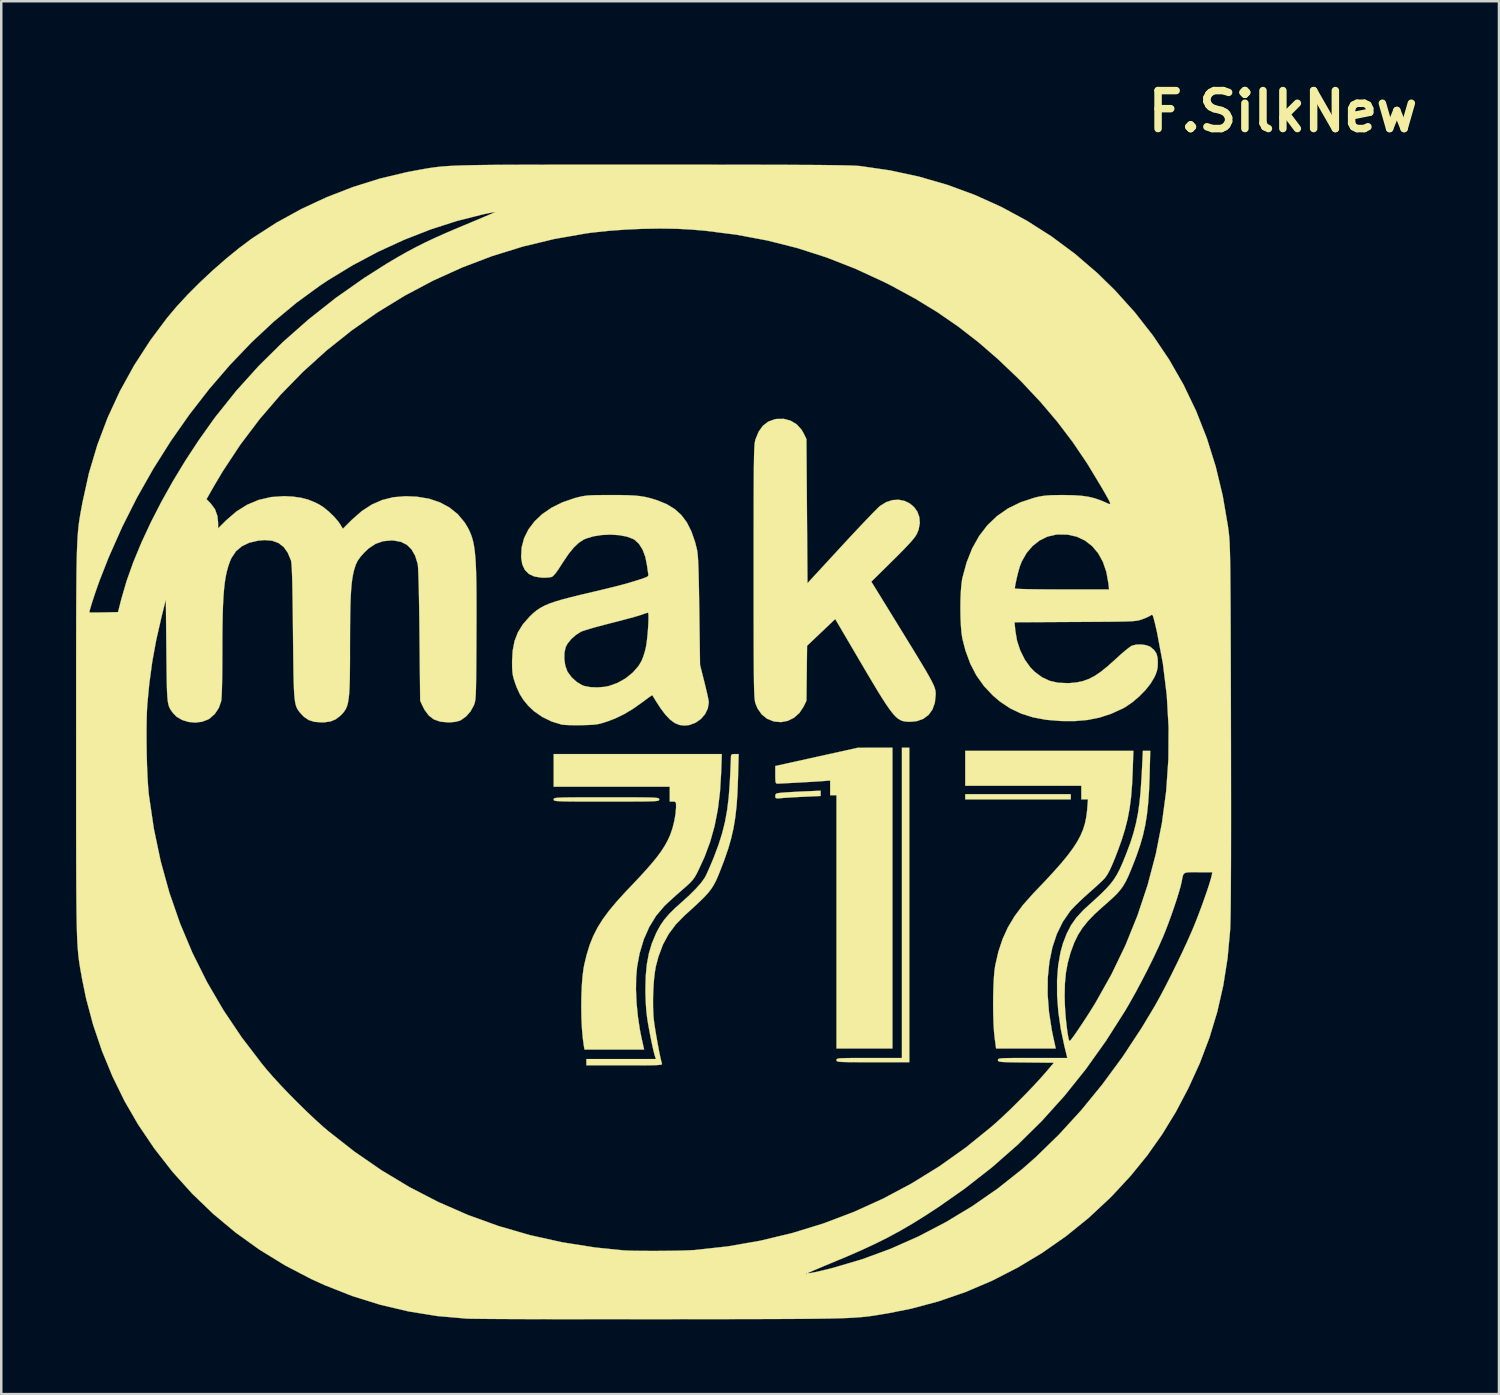
<source format=kicad_pcb>
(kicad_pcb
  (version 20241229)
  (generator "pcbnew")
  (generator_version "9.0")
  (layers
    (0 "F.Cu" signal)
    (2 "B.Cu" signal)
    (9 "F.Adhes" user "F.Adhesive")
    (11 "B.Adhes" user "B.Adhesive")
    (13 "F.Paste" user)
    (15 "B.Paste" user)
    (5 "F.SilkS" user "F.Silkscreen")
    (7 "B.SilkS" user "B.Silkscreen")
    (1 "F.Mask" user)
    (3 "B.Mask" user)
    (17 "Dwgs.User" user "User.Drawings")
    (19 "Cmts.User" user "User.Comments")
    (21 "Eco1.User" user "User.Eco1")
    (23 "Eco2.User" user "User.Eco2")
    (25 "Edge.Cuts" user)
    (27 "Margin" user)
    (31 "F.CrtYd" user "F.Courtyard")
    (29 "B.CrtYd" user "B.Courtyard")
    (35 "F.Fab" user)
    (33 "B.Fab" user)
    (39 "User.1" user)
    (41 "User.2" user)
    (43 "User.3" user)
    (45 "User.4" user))
  (footprint "F.SilkNew"
    (layer "F.Cu")
    (at 48.413 1.418)
    (property "Reference" "F.SilkNew" (at 0 0 0) (layer "F.SilkS") (effects (font (size 1.524 1.524) (thickness 0.3))))
    (attr through_hole)
    (fp_poly (pts (xy -8.509 27.601) (xy -12.742 27.601) (xy -12.742 27.39) (xy -8.509 27.39) (xy -8.509 27.601)) (stroke (width 0.01) (type solid)) (fill yes) (layer "F.SilkS"))
    (fp_poly (pts (xy -18.542 27.463) (xy -19.166 27.491) (xy -19.417 27.503) (xy -19.664 27.517) (xy -19.883 27.53) (xy -20.049 27.542) (xy -20.077 27.545) (xy -20.228 27.557) (xy -20.313 27.556) (xy -20.352 27.537) (xy -20.362 27.494) (xy -20.362 27.464) (xy -20.355 27.404) (xy -20.32 27.368) (xy -20.238 27.347) (xy -20.119 27.333) (xy -19.989 27.323) (xy -19.798 27.31) (xy -19.565 27.297) (xy -19.315 27.284) (xy -19.209 27.28) (xy -18.542 27.251) (xy -18.542 27.463)) (stroke (width 0.01) (type solid)) (fill yes) (layer "F.SilkS"))
    (fp_poly (pts (xy -14.986 38.142) (xy -16.447 38.142) (xy -16.836 38.142) (xy -17.15 38.141) (xy -17.395 38.14) (xy -17.581 38.136) (xy -17.715 38.131) (xy -17.806 38.123) (xy -17.863 38.112) (xy -17.893 38.098) (xy -17.905 38.08) (xy -17.907 38.058) (xy -17.905 38.034) (xy -17.891 38.015) (xy -17.859 38.001) (xy -17.798 37.99) (xy -17.7 37.982) (xy -17.557 37.978) (xy -17.359 37.975) (xy -17.097 37.973) (xy -16.764 37.973) (xy -16.595 37.973) (xy -15.282 37.973) (xy -15.282 25.527) (xy -14.986 25.527) (xy -14.986 38.142)) (stroke (width 0.01) (type solid)) (fill yes) (layer "F.SilkS"))
    (fp_poly (pts (xy -16.351 25.527) (xy -15.663 25.527) (xy -15.663 37.592) (xy -17.907 37.592) (xy -17.907 27.432) (xy -18.161 27.432) (xy -18.161 26.841) (xy -18.404 26.862) (xy -18.517 26.87) (xy -18.69 26.881) (xy -18.908 26.895) (xy -19.154 26.909) (xy -19.411 26.924) (xy -19.664 26.937) (xy -19.895 26.949) (xy -20.087 26.959) (xy -20.225 26.965) (xy -20.285 26.966) (xy -20.323 26.957) (xy -20.346 26.92) (xy -20.358 26.837) (xy -20.362 26.693) (xy -20.362 26.613) (xy -20.362 26.26) (xy -18.701 25.893) (xy -17.039 25.526) (xy -16.351 25.527)) (stroke (width 0.01) (type solid)) (fill yes) (layer "F.SilkS"))
    (fp_poly (pts (xy -26.658 27.517) (xy -26.259 27.517) (xy -25.93 27.518) (xy -25.665 27.52) (xy -25.457 27.523) (xy -25.3 27.527) (xy -25.185 27.534) (xy -25.107 27.542) (xy -25.058 27.552) (xy -25.032 27.565) (xy -25.021 27.581) (xy -25.019 27.6) (xy -25.019 27.601) (xy -25.021 27.62) (xy -25.031 27.636) (xy -25.055 27.65) (xy -25.102 27.66) (xy -25.177 27.668) (xy -25.289 27.675) (xy -25.442 27.679) (xy -25.646 27.682) (xy -25.906 27.684) (xy -26.229 27.685) (xy -26.622 27.686) (xy -27.093 27.686) (xy -27.136 27.686) (xy -27.613 27.686) (xy -28.013 27.686) (xy -28.341 27.685) (xy -28.606 27.683) (xy -28.814 27.68) (xy -28.972 27.675) (xy -29.086 27.669) (xy -29.164 27.661) (xy -29.213 27.651) (xy -29.239 27.638) (xy -29.25 27.622) (xy -29.252 27.603) (xy -29.252 27.601) (xy -29.251 27.582) (xy -29.241 27.566) (xy -29.216 27.553) (xy -29.169 27.543) (xy -29.094 27.534) (xy -28.983 27.528) (xy -28.829 27.523) (xy -28.625 27.52) (xy -28.366 27.518) (xy -28.042 27.517) (xy -27.649 27.517) (xy -27.178 27.517) (xy -27.136 27.517) (xy -26.658 27.517)) (stroke (width 0.01) (type solid)) (fill yes) (layer "F.SilkS"))
    (fp_poly (pts (xy -6.024 26.448) (xy -6.05 27.011) (xy -6.09 27.509) (xy -6.149 27.961) (xy -6.229 28.387) (xy -6.335 28.804) (xy -6.469 29.233) (xy -6.605 29.612) (xy -6.735 29.952) (xy -6.847 30.222) (xy -6.944 30.434) (xy -7.032 30.597) (xy -7.117 30.724) (xy -7.142 30.755) (xy -7.208 30.826) (xy -7.326 30.939) (xy -7.481 31.082) (xy -7.66 31.243) (xy -7.781 31.35) (xy -7.982 31.53) (xy -8.179 31.715) (xy -8.355 31.889) (xy -8.492 32.034) (xy -8.54 32.09) (xy -8.831 32.514) (xy -9.067 32.996) (xy -9.246 33.533) (xy -9.367 34.119) (xy -9.431 34.75) (xy -9.437 35.42) (xy -9.383 36.126) (xy -9.269 36.861) (xy -9.212 37.137) (xy -9.112 37.592) (xy -11.505 37.592) (xy -11.563 37.158) (xy -11.589 36.899) (xy -11.608 36.583) (xy -11.619 36.229) (xy -11.624 35.854) (xy -11.621 35.475) (xy -11.611 35.111) (xy -11.595 34.777) (xy -11.572 34.493) (xy -11.542 34.275) (xy -11.541 34.269) (xy -11.414 33.712) (xy -11.246 33.205) (xy -11.031 32.733) (xy -10.759 32.28) (xy -10.424 31.832) (xy -10.017 31.375) (xy -9.971 31.327) (xy -9.553 30.889) (xy -9.193 30.501) (xy -8.888 30.155) (xy -8.632 29.844) (xy -8.422 29.561) (xy -8.252 29.299) (xy -8.118 29.051) (xy -8.016 28.81) (xy -7.941 28.568) (xy -7.889 28.319) (xy -7.855 28.055) (xy -7.846 27.951) (xy -7.819 27.601) (xy -8.086 27.601) (xy -8.086 27.051) (xy -12.742 27.051) (xy -12.742 25.654) (xy -5.998 25.654) (xy -6.024 26.448)) (stroke (width 0.01) (type solid)) (fill yes) (layer "F.SilkS"))
    (fp_poly (pts (xy -22.534 26.532) (xy -22.581 27.303) (xy -22.668 28.011) (xy -22.798 28.671) (xy -22.974 29.298) (xy -23.199 29.905) (xy -23.453 30.457) (xy -23.533 30.613) (xy -23.606 30.736) (xy -23.686 30.843) (xy -23.787 30.952) (xy -23.925 31.08) (xy -24.109 31.24) (xy -24.302 31.409) (xy -24.496 31.583) (xy -24.67 31.743) (xy -24.803 31.87) (xy -24.817 31.884) (xy -25.143 32.268) (xy -25.418 32.716) (xy -25.64 33.222) (xy -25.807 33.783) (xy -25.905 34.31) (xy -25.944 34.744) (xy -25.951 35.235) (xy -25.928 35.761) (xy -25.875 36.302) (xy -25.795 36.837) (xy -25.722 37.2) (xy -25.624 37.634) (xy -28.015 37.634) (xy -28.04 37.497) (xy -28.085 37.172) (xy -28.118 36.792) (xy -28.139 36.374) (xy -28.146 35.937) (xy -28.141 35.501) (xy -28.124 35.082) (xy -28.095 34.701) (xy -28.053 34.376) (xy -28.027 34.239) (xy -27.926 33.82) (xy -27.809 33.439) (xy -27.667 33.085) (xy -27.496 32.747) (xy -27.286 32.411) (xy -27.031 32.065) (xy -26.725 31.699) (xy -26.36 31.298) (xy -26.222 31.154) (xy -25.866 30.778) (xy -25.565 30.451) (xy -25.315 30.165) (xy -25.108 29.911) (xy -24.938 29.68) (xy -24.8 29.466) (xy -24.685 29.258) (xy -24.589 29.05) (xy -24.568 28.998) (xy -24.483 28.747) (xy -24.412 28.459) (xy -24.363 28.171) (xy -24.342 27.918) (xy -24.342 27.894) (xy -24.345 27.77) (xy -24.362 27.709) (xy -24.408 27.688) (xy -24.469 27.686) (xy -24.596 27.686) (xy -24.596 27.093) (xy -29.252 27.093) (xy -29.252 25.781) (xy -22.508 25.781) (xy -22.534 26.532)) (stroke (width 0.01) (type solid)) (fill yes) (layer "F.SilkS"))
    (fp_poly (pts (xy -21.858 26.765) (xy -21.88 27.345) (xy -21.915 27.857) (xy -21.967 28.318) (xy -22.037 28.746) (xy -22.13 29.156) (xy -22.247 29.565) (xy -22.393 29.99) (xy -22.463 30.177) (xy -22.57 30.454) (xy -22.662 30.684) (xy -22.749 30.878) (xy -22.839 31.046) (xy -22.939 31.201) (xy -23.058 31.353) (xy -23.205 31.513) (xy -23.387 31.693) (xy -23.612 31.903) (xy -23.89 32.156) (xy -23.993 32.249) (xy -24.35 32.612) (xy -24.64 33) (xy -24.871 33.428) (xy -25.05 33.908) (xy -25.151 34.287) (xy -25.196 34.544) (xy -25.231 34.862) (xy -25.254 35.217) (xy -25.266 35.588) (xy -25.265 35.95) (xy -25.25 36.281) (xy -25.234 36.449) (xy -25.211 36.625) (xy -25.177 36.846) (xy -25.135 37.094) (xy -25.089 37.353) (xy -25.042 37.605) (xy -24.997 37.834) (xy -24.956 38.024) (xy -24.924 38.155) (xy -24.91 38.198) (xy -24.908 38.217) (xy -24.922 38.232) (xy -24.961 38.244) (xy -25.032 38.253) (xy -25.144 38.26) (xy -25.303 38.264) (xy -25.519 38.267) (xy -25.799 38.269) (xy -26.15 38.269) (xy -26.411 38.269) (xy -27.94 38.269) (xy -27.94 38.015) (xy -25.15 38.015) (xy -25.19 37.899) (xy -25.225 37.775) (xy -25.27 37.586) (xy -25.321 37.351) (xy -25.374 37.09) (xy -25.425 36.82) (xy -25.471 36.562) (xy -25.505 36.346) (xy -25.536 36.074) (xy -25.558 35.748) (xy -25.571 35.397) (xy -25.572 35.203) (xy -25.558 34.671) (xy -25.513 34.203) (xy -25.433 33.78) (xy -25.317 33.386) (xy -25.159 33.005) (xy -25.116 32.914) (xy -24.975 32.657) (xy -24.815 32.424) (xy -24.62 32.196) (xy -24.375 31.954) (xy -24.195 31.793) (xy -23.838 31.471) (xy -23.553 31.189) (xy -23.339 30.948) (xy -23.194 30.745) (xy -23.188 30.734) (xy -23.133 30.628) (xy -23.057 30.462) (xy -22.966 30.255) (xy -22.87 30.026) (xy -22.821 29.905) (xy -22.638 29.416) (xy -22.492 28.953) (xy -22.378 28.494) (xy -22.292 28.019) (xy -22.23 27.506) (xy -22.188 26.934) (xy -22.182 26.823) (xy -22.169 26.567) (xy -22.158 26.331) (xy -22.149 26.132) (xy -22.143 25.987) (xy -22.142 25.919) (xy -22.134 25.828) (xy -22.096 25.789) (xy -22.002 25.781) (xy -21.986 25.781) (xy -21.831 25.781) (xy -21.858 26.765)) (stroke (width 0.01) (type solid)) (fill yes) (layer "F.SilkS"))
    (fp_poly (pts (xy -19.744 12.409) (xy -19.506 12.553) (xy -19.314 12.762) (xy -19.235 12.898) (xy -19.113 13.145) (xy -19.092 16.036) (xy -19.071 18.927) (xy -17.716 17.457) (xy -17.436 17.154) (xy -17.166 16.865) (xy -16.914 16.597) (xy -16.686 16.358) (xy -16.49 16.153) (xy -16.331 15.992) (xy -16.217 15.879) (xy -16.159 15.827) (xy -15.91 15.673) (xy -15.658 15.593) (xy -15.411 15.579) (xy -15.179 15.626) (xy -14.971 15.725) (xy -14.797 15.871) (xy -14.664 16.057) (xy -14.584 16.275) (xy -14.564 16.519) (xy -14.614 16.781) (xy -14.676 16.933) (xy -14.725 17.02) (xy -14.799 17.123) (xy -14.904 17.248) (xy -15.046 17.404) (xy -15.232 17.598) (xy -15.469 17.837) (xy -15.649 18.016) (xy -16.51 18.865) (xy -15.404 20.661) (xy -15.112 21.137) (xy -14.86 21.546) (xy -14.648 21.895) (xy -14.47 22.189) (xy -14.324 22.435) (xy -14.207 22.638) (xy -14.116 22.804) (xy -14.047 22.938) (xy -13.997 23.048) (xy -13.963 23.138) (xy -13.943 23.215) (xy -13.932 23.284) (xy -13.928 23.351) (xy -13.928 23.398) (xy -13.961 23.721) (xy -14.058 23.993) (xy -14.214 24.211) (xy -14.425 24.368) (xy -14.687 24.461) (xy -14.943 24.485) (xy -15.059 24.483) (xy -15.163 24.474) (xy -15.26 24.452) (xy -15.354 24.414) (xy -15.448 24.353) (xy -15.547 24.265) (xy -15.655 24.145) (xy -15.776 23.988) (xy -15.914 23.789) (xy -16.074 23.542) (xy -16.259 23.243) (xy -16.474 22.886) (xy -16.722 22.468) (xy -17.008 21.982) (xy -17.057 21.898) (xy -17.958 20.364) (xy -18.522 20.9) (xy -19.087 21.436) (xy -19.1 22.54) (xy -19.113 23.643) (xy -19.232 23.885) (xy -19.397 24.134) (xy -19.611 24.324) (xy -19.861 24.448) (xy -20.135 24.5) (xy -20.42 24.473) (xy -20.426 24.471) (xy -20.689 24.366) (xy -20.907 24.191) (xy -21.074 23.954) (xy -21.158 23.749) (xy -21.169 23.709) (xy -21.178 23.661) (xy -21.187 23.599) (xy -21.195 23.519) (xy -21.201 23.416) (xy -21.207 23.286) (xy -21.212 23.125) (xy -21.217 22.926) (xy -21.22 22.687) (xy -21.223 22.402) (xy -21.225 22.066) (xy -21.227 21.674) (xy -21.228 21.224) (xy -21.229 20.708) (xy -21.23 20.124) (xy -21.23 19.465) (xy -21.23 18.729) (xy -21.23 18.457) (xy -21.23 17.694) (xy -21.23 17.012) (xy -21.229 16.404) (xy -21.229 15.867) (xy -21.228 15.396) (xy -21.226 14.986) (xy -21.224 14.633) (xy -21.222 14.332) (xy -21.218 14.078) (xy -21.215 13.866) (xy -21.21 13.692) (xy -21.205 13.551) (xy -21.198 13.439) (xy -21.191 13.351) (xy -21.183 13.281) (xy -21.173 13.226) (xy -21.162 13.181) (xy -21.154 13.15) (xy -21.027 12.844) (xy -20.858 12.61) (xy -20.645 12.446) (xy -20.385 12.352) (xy -20.311 12.339) (xy -20.016 12.335) (xy -19.744 12.409)) (stroke (width 0.01) (type solid)) (fill yes) (layer "F.SilkS"))
    (fp_poly (pts (xy -26.581 15.392) (xy -26.265 15.398) (xy -26.003 15.412) (xy -25.779 15.434) (xy -25.578 15.468) (xy -25.385 15.514) (xy -25.184 15.574) (xy -25.087 15.606) (xy -24.712 15.76) (xy -24.395 15.954) (xy -24.13 16.194) (xy -23.91 16.488) (xy -23.73 16.844) (xy -23.582 17.27) (xy -23.511 17.548) (xy -23.494 17.63) (xy -23.48 17.734) (xy -23.468 17.865) (xy -23.457 18.031) (xy -23.448 18.241) (xy -23.439 18.5) (xy -23.432 18.817) (xy -23.424 19.198) (xy -23.417 19.652) (xy -23.411 20.024) (xy -23.381 22.204) (xy -23.205 22.902) (xy -23.147 23.141) (xy -23.096 23.356) (xy -23.058 23.533) (xy -23.035 23.656) (xy -23.029 23.702) (xy -23.069 23.952) (xy -23.18 24.181) (xy -23.349 24.376) (xy -23.563 24.525) (xy -23.809 24.616) (xy -24.008 24.638) (xy -24.205 24.614) (xy -24.393 24.537) (xy -24.578 24.402) (xy -24.769 24.203) (xy -24.971 23.933) (xy -25.145 23.664) (xy -25.22 23.543) (xy -25.275 23.455) (xy -25.297 23.419) (xy -25.331 23.438) (xy -25.419 23.498) (xy -25.546 23.59) (xy -25.666 23.68) (xy -26.056 23.957) (xy -26.419 24.176) (xy -26.777 24.35) (xy -27.072 24.463) (xy -27.243 24.52) (xy -27.384 24.561) (xy -27.516 24.588) (xy -27.662 24.604) (xy -27.845 24.614) (xy -28.087 24.621) (xy -28.131 24.622) (xy -28.369 24.624) (xy -28.591 24.621) (xy -28.777 24.613) (xy -28.906 24.602) (xy -28.935 24.597) (xy -29.329 24.477) (xy -29.706 24.294) (xy -30.043 24.061) (xy -30.275 23.841) (xy -30.463 23.611) (xy -30.61 23.378) (xy -30.734 23.11) (xy -30.804 22.919) (xy -30.856 22.758) (xy -30.89 22.618) (xy -30.91 22.47) (xy -30.919 22.287) (xy -30.921 22.077) (xy -30.916 21.973) (xy -28.825 21.973) (xy -28.787 22.232) (xy -28.707 22.456) (xy -28.688 22.492) (xy -28.529 22.705) (xy -28.328 22.888) (xy -28.111 23.017) (xy -28.026 23.049) (xy -27.784 23.096) (xy -27.502 23.108) (xy -27.214 23.085) (xy -27.032 23.049) (xy -26.685 22.924) (xy -26.361 22.74) (xy -26.077 22.51) (xy -25.848 22.247) (xy -25.73 22.05) (xy -25.664 21.888) (xy -25.6 21.687) (xy -25.554 21.505) (xy -25.528 21.348) (xy -25.503 21.154) (xy -25.482 20.939) (xy -25.465 20.72) (xy -25.453 20.512) (xy -25.448 20.332) (xy -25.449 20.196) (xy -25.459 20.119) (xy -25.468 20.108) (xy -25.526 20.122) (xy -25.635 20.158) (xy -25.718 20.189) (xy -25.818 20.221) (xy -25.986 20.271) (xy -26.208 20.332) (xy -26.47 20.402) (xy -26.756 20.477) (xy -26.959 20.528) (xy -27.252 20.604) (xy -27.527 20.678) (xy -27.77 20.746) (xy -27.967 20.806) (xy -28.105 20.852) (xy -28.159 20.874) (xy -28.364 21.005) (xy -28.551 21.172) (xy -28.697 21.352) (xy -28.769 21.487) (xy -28.82 21.713) (xy -28.825 21.973) (xy -30.916 21.973) (xy -30.897 21.633) (xy -30.821 21.245) (xy -30.687 20.899) (xy -30.49 20.579) (xy -30.223 20.273) (xy -30.222 20.273) (xy -30.083 20.139) (xy -29.944 20.024) (xy -29.796 19.923) (xy -29.629 19.833) (xy -29.433 19.748) (xy -29.197 19.666) (xy -28.913 19.581) (xy -28.57 19.491) (xy -28.158 19.39) (xy -27.961 19.344) (xy -27.539 19.244) (xy -27.187 19.16) (xy -26.893 19.088) (xy -26.645 19.025) (xy -26.43 18.968) (xy -26.235 18.913) (xy -26.049 18.857) (xy -25.859 18.798) (xy -25.768 18.768) (xy -25.606 18.713) (xy -25.509 18.673) (xy -25.463 18.636) (xy -25.453 18.591) (xy -25.459 18.548) (xy -25.476 18.441) (xy -25.497 18.293) (xy -25.509 18.206) (xy -25.576 17.868) (xy -25.685 17.579) (xy -25.831 17.348) (xy -26.008 17.185) (xy -26.069 17.15) (xy -26.326 17.056) (xy -26.636 16.999) (xy -26.976 16.978) (xy -27.323 16.994) (xy -27.654 17.046) (xy -27.946 17.133) (xy -28.057 17.182) (xy -28.251 17.31) (xy -28.45 17.501) (xy -28.66 17.761) (xy -28.886 18.096) (xy -28.916 18.144) (xy -29.07 18.382) (xy -29.191 18.547) (xy -29.283 18.645) (xy -29.331 18.675) (xy -29.43 18.695) (xy -29.58 18.705) (xy -29.743 18.704) (xy -30.026 18.659) (xy -30.248 18.556) (xy -30.41 18.392) (xy -30.513 18.168) (xy -30.558 17.884) (xy -30.537 17.492) (xy -30.437 17.117) (xy -30.262 16.766) (xy -30.016 16.442) (xy -29.705 16.15) (xy -29.331 15.895) (xy -28.9 15.682) (xy -28.416 15.516) (xy -28.384 15.507) (xy -28.244 15.471) (xy -28.122 15.443) (xy -28.001 15.423) (xy -27.868 15.408) (xy -27.707 15.399) (xy -27.504 15.394) (xy -27.244 15.392) (xy -26.966 15.391) (xy -26.581 15.392)) (stroke (width 0.01) (type solid)) (fill yes) (layer "F.SilkS"))
    (fp_poly (pts (xy -26.7 2.138) (xy -25.761 2.138) (xy -25.315 2.138) (xy -24.312 2.138) (xy -23.389 2.138) (xy -22.545 2.139) (xy -21.775 2.14) (xy -21.076 2.141) (xy -20.445 2.143) (xy -19.879 2.144) (xy -19.374 2.147) (xy -18.926 2.149) (xy -18.534 2.152) (xy -18.192 2.156) (xy -17.898 2.16) (xy -17.648 2.164) (xy -17.44 2.169) (xy -17.269 2.175) (xy -17.132 2.181) (xy -17.026 2.187) (xy -16.954 2.194) (xy -15.759 2.367) (xy -14.593 2.619) (xy -13.458 2.948) (xy -12.358 3.353) (xy -11.294 3.833) (xy -10.269 4.387) (xy -9.285 5.014) (xy -8.343 5.713) (xy -7.448 6.482) (xy -6.742 7.172) (xy -5.941 8.06) (xy -5.215 8.989) (xy -4.562 9.959) (xy -3.984 10.969) (xy -3.48 12.021) (xy -3.05 13.113) (xy -2.695 14.246) (xy -2.413 15.42) (xy -2.205 16.635) (xy -2.174 16.87) (xy -2.165 16.95) (xy -2.156 17.037) (xy -2.148 17.134) (xy -2.141 17.245) (xy -2.134 17.374) (xy -2.129 17.526) (xy -2.123 17.704) (xy -2.118 17.911) (xy -2.114 18.154) (xy -2.11 18.434) (xy -2.107 18.757) (xy -2.104 19.125) (xy -2.101 19.545) (xy -2.098 20.018) (xy -2.096 20.55) (xy -2.094 21.144) (xy -2.091 21.804) (xy -2.089 22.535) (xy -2.087 23.34) (xy -2.085 24.224) (xy -2.084 24.765) (xy -2.082 25.854) (xy -2.081 26.861) (xy -2.08 27.785) (xy -2.08 28.628) (xy -2.081 29.391) (xy -2.082 30.077) (xy -2.085 30.685) (xy -2.088 31.218) (xy -2.091 31.676) (xy -2.096 32.061) (xy -2.101 32.374) (xy -2.107 32.617) (xy -2.113 32.79) (xy -2.115 32.83) (xy -2.219 33.967) (xy -2.39 35.059) (xy -2.631 36.119) (xy -2.945 37.156) (xy -3.334 38.182) (xy -3.789 39.179) (xy -4.296 40.141) (xy -4.844 41.037) (xy -5.441 41.882) (xy -6.098 42.691) (xy -6.826 43.477) (xy -6.947 43.599) (xy -7.798 44.393) (xy -8.701 45.123) (xy -9.651 45.787) (xy -10.642 46.383) (xy -11.669 46.909) (xy -12.728 47.36) (xy -13.813 47.735) (xy -14.918 48.031) (xy -15.85 48.216) (xy -16.018 48.244) (xy -16.171 48.269) (xy -16.315 48.292) (xy -16.454 48.314) (xy -16.591 48.333) (xy -16.732 48.35) (xy -16.881 48.365) (xy -17.041 48.378) (xy -17.218 48.39) (xy -17.414 48.401) (xy -17.636 48.41) (xy -17.886 48.417) (xy -18.169 48.424) (xy -18.489 48.429) (xy -18.851 48.434) (xy -19.259 48.438) (xy -19.716 48.441) (xy -20.229 48.443) (xy -20.799 48.445) (xy -21.433 48.447) (xy -22.134 48.448) (xy -22.906 48.449) (xy -23.753 48.45) (xy -24.681 48.451) (xy -24.807 48.452) (xy -25.598 48.452) (xy -26.372 48.453) (xy -27.125 48.453) (xy -27.852 48.453) (xy -28.547 48.452) (xy -29.207 48.451) (xy -29.826 48.45) (xy -30.4 48.448) (xy -30.923 48.446) (xy -31.392 48.444) (xy -31.8 48.441) (xy -32.143 48.438) (xy -32.417 48.435) (xy -32.616 48.432) (xy -32.737 48.428) (xy -32.745 48.428) (xy -33.919 48.325) (xy -35.077 48.139) (xy -36.217 47.87) (xy -37.337 47.52) (xy -38.433 47.088) (xy -38.98 46.839) (xy -39.38 46.63) (xy -19.135 46.63) (xy -19.113 46.651) (xy -19.092 46.63) (xy -19.113 46.609) (xy -19.135 46.63) (xy -39.38 46.63) (xy -39.444 46.597) (xy -19.05 46.597) (xy -19.032 46.608) (xy -18.939 46.597) (xy -18.779 46.567) (xy -18.56 46.519) (xy -18.287 46.453) (xy -18.055 46.395) (xy -16.893 46.053) (xy -15.745 45.631) (xy -14.619 45.132) (xy -13.522 44.559) (xy -12.46 43.918) (xy -11.44 43.211) (xy -10.47 42.442) (xy -9.906 41.945) (xy -8.983 41.046) (xy -8.093 40.073) (xy -7.24 39.029) (xy -6.426 37.922) (xy -5.658 36.755) (xy -5.125 35.866) (xy -4.934 35.521) (xy -4.72 35.116) (xy -4.494 34.673) (xy -4.265 34.209) (xy -4.043 33.746) (xy -3.837 33.302) (xy -3.658 32.897) (xy -3.576 32.703) (xy -3.468 32.435) (xy -3.355 32.14) (xy -3.241 31.834) (xy -3.133 31.531) (xy -3.035 31.247) (xy -2.953 30.997) (xy -2.892 30.795) (xy -2.857 30.66) (xy -2.83 30.522) (xy -3.402 30.522) (xy -3.634 30.521) (xy -3.796 30.524) (xy -3.902 30.54) (xy -3.968 30.577) (xy -4.006 30.644) (xy -4.033 30.75) (xy -4.062 30.904) (xy -4.066 30.924) (xy -4.109 31.107) (xy -4.18 31.352) (xy -4.27 31.641) (xy -4.376 31.959) (xy -4.491 32.288) (xy -4.61 32.612) (xy -4.727 32.914) (xy -4.805 33.105) (xy -4.978 33.496) (xy -5.185 33.937) (xy -5.418 34.408) (xy -5.665 34.887) (xy -5.915 35.355) (xy -6.159 35.789) (xy -6.322 36.068) (xy -7.091 37.278) (xy -7.903 38.418) (xy -8.763 39.492) (xy -9.675 40.504) (xy -10.643 41.458) (xy -11.671 42.36) (xy -12.764 43.214) (xy -13.792 43.935) (xy -14.339 44.293) (xy -14.851 44.612) (xy -15.347 44.901) (xy -15.843 45.17) (xy -16.357 45.427) (xy -16.908 45.683) (xy -17.512 45.946) (xy -17.886 46.102) (xy -18.177 46.223) (xy -18.443 46.334) (xy -18.672 46.431) (xy -18.856 46.509) (xy -18.984 46.565) (xy -19.046 46.594) (xy -19.05 46.597) (xy -39.444 46.597) (xy -40.042 46.284) (xy -41.052 45.664) (xy -42.008 44.978) (xy -42.909 44.228) (xy -43.754 43.415) (xy -44.543 42.539) (xy -45.274 41.601) (xy -45.923 40.64) (xy -46.463 39.707) (xy -46.948 38.719) (xy -47.371 37.693) (xy -47.727 36.641) (xy -48.011 35.578) (xy -48.171 34.798) (xy -48.199 34.639) (xy -48.225 34.493) (xy -48.249 34.356) (xy -48.27 34.224) (xy -48.29 34.092) (xy -48.308 33.957) (xy -48.323 33.814) (xy -48.337 33.66) (xy -48.35 33.49) (xy -48.361 33.301) (xy -48.37 33.087) (xy -48.378 32.847) (xy -48.385 32.574) (xy -48.391 32.266) (xy -48.395 31.918) (xy -48.399 31.526) (xy -48.402 31.086) (xy -48.404 30.594) (xy -48.406 30.046) (xy -48.407 29.438) (xy -48.408 28.766) (xy -48.408 28.026) (xy -48.408 27.214) (xy -48.408 26.325) (xy -48.408 25.356) (xy -48.408 25.273) (xy -48.408 24.873) (xy -45.586 24.873) (xy -45.584 25.314) (xy -45.578 25.765) (xy -45.566 26.209) (xy -45.549 26.629) (xy -45.527 27.007) (xy -45.502 27.324) (xy -45.49 27.432) (xy -45.292 28.771) (xy -45.019 30.073) (xy -44.67 31.337) (xy -44.244 32.566) (xy -43.742 33.76) (xy -43.162 34.921) (xy -42.504 36.049) (xy -41.767 37.146) (xy -40.951 38.213) (xy -40.764 38.441) (xy -40.514 38.728) (xy -40.215 39.054) (xy -39.881 39.404) (xy -39.529 39.76) (xy -39.173 40.109) (xy -38.829 40.434) (xy -38.512 40.721) (xy -38.314 40.891) (xy -37.252 41.724) (xy -36.159 42.478) (xy -35.033 43.155) (xy -33.876 43.753) (xy -32.685 44.273) (xy -31.462 44.715) (xy -30.205 45.079) (xy -28.914 45.366) (xy -27.589 45.575) (xy -26.458 45.69) (xy -26.286 45.699) (xy -26.045 45.706) (xy -25.752 45.71) (xy -25.423 45.712) (xy -25.076 45.712) (xy -24.725 45.709) (xy -24.389 45.705) (xy -24.082 45.698) (xy -23.821 45.689) (xy -23.623 45.679) (xy -23.596 45.677) (xy -22.27 45.531) (xy -20.967 45.304) (xy -19.69 44.998) (xy -18.44 44.614) (xy -17.222 44.153) (xy -16.038 43.616) (xy -14.89 43.004) (xy -13.78 42.318) (xy -12.713 41.56) (xy -11.689 40.73) (xy -11.536 40.596) (xy -11.266 40.351) (xy -10.964 40.064) (xy -10.646 39.751) (xy -10.328 39.43) (xy -10.025 39.115) (xy -9.754 38.822) (xy -9.531 38.569) (xy -9.527 38.566) (xy -9.186 38.163) (xy -10.308 38.152) (xy -10.645 38.149) (xy -10.907 38.145) (xy -11.103 38.14) (xy -11.242 38.134) (xy -11.335 38.124) (xy -11.391 38.112) (xy -11.419 38.095) (xy -11.429 38.074) (xy -11.43 38.057) (xy -11.428 38.034) (xy -11.415 38.016) (xy -11.382 38.002) (xy -11.323 37.991) (xy -11.227 37.983) (xy -11.086 37.978) (xy -10.893 37.975) (xy -10.638 37.974) (xy -10.312 37.973) (xy -10.039 37.973) (xy -8.648 37.973) (xy -8.769 37.476) (xy -8.912 36.796) (xy -9.008 36.125) (xy -9.057 35.473) (xy -9.059 34.849) (xy -9.014 34.267) (xy -8.922 33.735) (xy -8.823 33.378) (xy -8.67 32.98) (xy -8.494 32.641) (xy -8.278 32.336) (xy -8.006 32.042) (xy -7.843 31.892) (xy -7.538 31.616) (xy -7.288 31.383) (xy -7.084 31.18) (xy -6.917 30.993) (xy -6.779 30.81) (xy -6.659 30.62) (xy -6.549 30.408) (xy -6.438 30.163) (xy -6.319 29.872) (xy -6.268 29.741) (xy -6.115 29.331) (xy -5.991 28.939) (xy -5.891 28.551) (xy -5.811 28.147) (xy -5.75 27.712) (xy -5.703 27.229) (xy -5.668 26.68) (xy -5.664 26.617) (xy -5.616 25.654) (xy -5.321 25.654) (xy -5.347 26.659) (xy -5.369 27.239) (xy -5.404 27.751) (xy -5.454 28.211) (xy -5.522 28.634) (xy -5.612 29.038) (xy -5.727 29.437) (xy -5.868 29.848) (xy -5.948 30.059) (xy -6.08 30.394) (xy -6.193 30.664) (xy -6.299 30.885) (xy -6.406 31.07) (xy -6.525 31.235) (xy -6.666 31.395) (xy -6.84 31.564) (xy -7.056 31.758) (xy -7.203 31.886) (xy -7.543 32.194) (xy -7.819 32.478) (xy -8.041 32.755) (xy -8.222 33.041) (xy -8.372 33.351) (xy -8.502 33.702) (xy -8.528 33.782) (xy -8.633 34.168) (xy -8.704 34.561) (xy -8.744 34.981) (xy -8.755 35.45) (xy -8.751 35.687) (xy -8.741 35.934) (xy -8.724 36.194) (xy -8.701 36.455) (xy -8.674 36.703) (xy -8.645 36.925) (xy -8.616 37.106) (xy -8.588 37.233) (xy -8.563 37.292) (xy -8.557 37.295) (xy -8.518 37.261) (xy -8.443 37.165) (xy -8.336 37.017) (xy -8.206 36.829) (xy -8.059 36.609) (xy -7.902 36.37) (xy -7.742 36.12) (xy -7.586 35.87) (xy -7.509 35.744) (xy -6.873 34.611) (xy -6.313 33.446) (xy -5.83 32.251) (xy -5.425 31.032) (xy -5.098 29.792) (xy -4.85 28.535) (xy -4.681 27.265) (xy -4.593 25.987) (xy -4.585 24.705) (xy -4.658 23.423) (xy -4.814 22.146) (xy -5.053 20.876) (xy -5.13 20.543) (xy -5.175 20.363) (xy -5.208 20.253) (xy -5.236 20.201) (xy -5.264 20.194) (xy -5.289 20.211) (xy -5.362 20.255) (xy -5.487 20.313) (xy -5.63 20.369) (xy -5.69 20.39) (xy -5.747 20.408) (xy -5.809 20.423) (xy -5.884 20.435) (xy -5.977 20.445) (xy -6.098 20.454) (xy -6.252 20.46) (xy -6.447 20.465) (xy -6.69 20.469) (xy -6.988 20.473) (xy -7.349 20.475) (xy -7.78 20.478) (xy -8.287 20.481) (xy -8.335 20.481) (xy -10.764 20.494) (xy -10.735 20.82) (xy -10.666 21.229) (xy -10.536 21.625) (xy -10.355 21.99) (xy -10.13 22.305) (xy -9.955 22.483) (xy -9.666 22.698) (xy -9.359 22.842) (xy -9.019 22.92) (xy -8.633 22.937) (xy -8.554 22.934) (xy -8.278 22.908) (xy -8.027 22.856) (xy -7.788 22.77) (xy -7.549 22.646) (xy -7.297 22.475) (xy -7.02 22.251) (xy -6.704 21.967) (xy -6.677 21.942) (xy -6.5 21.781) (xy -6.332 21.637) (xy -6.188 21.523) (xy -6.084 21.449) (xy -6.055 21.434) (xy -5.89 21.392) (xy -5.693 21.385) (xy -5.499 21.41) (xy -5.341 21.466) (xy -5.304 21.49) (xy -5.158 21.617) (xy -5.07 21.75) (xy -5.027 21.916) (xy -5.017 22.112) (xy -5.024 22.293) (xy -5.051 22.44) (xy -5.106 22.593) (xy -5.161 22.712) (xy -5.31 22.959) (xy -5.518 23.219) (xy -5.768 23.474) (xy -6.04 23.705) (xy -6.315 23.893) (xy -6.417 23.95) (xy -6.884 24.163) (xy -7.352 24.317) (xy -7.838 24.414) (xy -8.362 24.459) (xy -8.9 24.456) (xy -9.493 24.407) (xy -10.025 24.308) (xy -10.505 24.155) (xy -10.942 23.946) (xy -11.346 23.677) (xy -11.629 23.436) (xy -11.993 23.051) (xy -12.295 22.627) (xy -12.54 22.155) (xy -12.734 21.626) (xy -12.855 21.158) (xy -12.89 20.937) (xy -12.915 20.652) (xy -12.931 20.325) (xy -12.937 19.975) (xy -12.934 19.624) (xy -12.921 19.291) (xy -12.909 19.138) (xy -10.753 19.138) (xy -10.711 19.147) (xy -10.592 19.155) (xy -10.401 19.162) (xy -10.145 19.168) (xy -9.831 19.172) (xy -9.465 19.175) (xy -9.054 19.177) (xy -8.863 19.177) (xy -6.973 19.177) (xy -6.999 18.934) (xy -7.081 18.476) (xy -7.219 18.071) (xy -7.411 17.724) (xy -7.652 17.438) (xy -7.938 17.216) (xy -8.266 17.062) (xy -8.631 16.979) (xy -9.03 16.972) (xy -9.105 16.979) (xy -9.443 17.058) (xy -9.757 17.212) (xy -10.04 17.434) (xy -10.281 17.715) (xy -10.471 18.048) (xy -10.544 18.228) (xy -10.586 18.367) (xy -10.634 18.544) (xy -10.68 18.735) (xy -10.718 18.916) (xy -10.745 19.061) (xy -10.753 19.138) (xy -12.909 19.138) (xy -12.898 18.997) (xy -12.866 18.762) (xy -12.858 18.724) (xy -12.688 18.097) (xy -12.465 17.534) (xy -12.186 17.036) (xy -11.853 16.602) (xy -11.463 16.231) (xy -11.018 15.923) (xy -10.517 15.679) (xy -9.959 15.496) (xy -9.842 15.467) (xy -9.684 15.435) (xy -9.517 15.413) (xy -9.321 15.399) (xy -9.078 15.393) (xy -8.77 15.392) (xy -8.763 15.392) (xy -8.381 15.4) (xy -8.064 15.422) (xy -7.791 15.461) (xy -7.544 15.522) (xy -7.302 15.607) (xy -7.122 15.684) (xy -7.032 15.726) (xy -6.968 15.75) (xy -6.933 15.751) (xy -6.929 15.718) (xy -6.957 15.645) (xy -7.021 15.523) (xy -7.121 15.345) (xy -7.26 15.102) (xy -7.285 15.06) (xy -7.844 14.134) (xy -8.427 13.271) (xy -9.048 12.452) (xy -9.721 11.659) (xy -10.459 10.873) (xy -10.622 10.709) (xy -11.417 9.95) (xy -12.21 9.263) (xy -13.018 8.636) (xy -13.857 8.057) (xy -14.744 7.515) (xy -15.693 6.999) (xy -16.002 6.842) (xy -17.151 6.311) (xy -18.309 5.858) (xy -19.483 5.481) (xy -20.681 5.179) (xy -21.911 4.948) (xy -23.182 4.787) (xy -23.748 4.739) (xy -24.342 4.708) (xy -24.993 4.7) (xy -25.678 4.711) (xy -26.372 4.742) (xy -27.051 4.792) (xy -27.691 4.86) (xy -27.94 4.893) (xy -29.225 5.118) (xy -30.486 5.422) (xy -31.72 5.804) (xy -32.923 6.261) (xy -34.093 6.791) (xy -35.225 7.391) (xy -36.317 8.06) (xy -37.364 8.794) (xy -38.365 9.592) (xy -39.314 10.451) (xy -40.21 11.369) (xy -41.048 12.344) (xy -41.826 13.374) (xy -42.539 14.455) (xy -42.882 15.034) (xy -43.179 15.556) (xy -43.012 15.726) (xy -42.839 15.959) (xy -42.741 16.232) (xy -42.714 16.498) (xy -42.714 16.728) (xy -42.396 16.41) (xy -41.987 16.056) (xy -41.55 15.781) (xy -41.084 15.586) (xy -40.588 15.471) (xy -40.064 15.435) (xy -39.702 15.455) (xy -39.377 15.502) (xy -39.096 15.576) (xy -38.818 15.69) (xy -38.672 15.763) (xy -38.475 15.889) (xy -38.262 16.064) (xy -38.057 16.263) (xy -37.887 16.462) (xy -37.81 16.576) (xy -37.71 16.743) (xy -37.344 16.38) (xy -36.954 16.037) (xy -36.553 15.775) (xy -36.132 15.59) (xy -35.682 15.478) (xy -35.193 15.438) (xy -34.741 15.457) (xy -34.256 15.537) (xy -33.819 15.683) (xy -33.432 15.891) (xy -33.1 16.159) (xy -32.826 16.486) (xy -32.695 16.702) (xy -32.63 16.832) (xy -32.574 16.963) (xy -32.525 17.103) (xy -32.483 17.257) (xy -32.448 17.432) (xy -32.419 17.635) (xy -32.396 17.871) (xy -32.378 18.147) (xy -32.364 18.47) (xy -32.355 18.845) (xy -32.35 19.28) (xy -32.348 19.78) (xy -32.348 20.351) (xy -32.351 21.001) (xy -32.351 21.018) (xy -32.353 21.55) (xy -32.356 22.004) (xy -32.359 22.387) (xy -32.362 22.706) (xy -32.366 22.967) (xy -32.37 23.178) (xy -32.376 23.345) (xy -32.383 23.475) (xy -32.392 23.576) (xy -32.403 23.653) (xy -32.416 23.714) (xy -32.432 23.765) (xy -32.45 23.814) (xy -32.459 23.835) (xy -32.589 24.071) (xy -32.767 24.273) (xy -32.972 24.419) (xy -33.029 24.445) (xy -33.175 24.484) (xy -33.371 24.507) (xy -33.495 24.51) (xy -33.803 24.481) (xy -34.056 24.392) (xy -34.261 24.237) (xy -34.429 24.012) (xy -34.494 23.886) (xy -34.608 23.643) (xy -34.635 20.997) (xy -34.641 20.438) (xy -34.648 19.928) (xy -34.656 19.472) (xy -34.665 19.075) (xy -34.674 18.742) (xy -34.684 18.477) (xy -34.693 18.286) (xy -34.703 18.173) (xy -34.707 18.153) (xy -34.809 17.826) (xy -34.953 17.572) (xy -35.14 17.387) (xy -35.375 17.269) (xy -35.661 17.216) (xy -35.772 17.211) (xy -36.099 17.243) (xy -36.394 17.347) (xy -36.668 17.526) (xy -36.844 17.691) (xy -37.003 17.869) (xy -37.114 18.024) (xy -37.192 18.187) (xy -37.256 18.388) (xy -37.269 18.438) (xy -37.304 18.595) (xy -37.334 18.772) (xy -37.359 18.977) (xy -37.379 19.218) (xy -37.395 19.501) (xy -37.407 19.836) (xy -37.415 20.229) (xy -37.42 20.688) (xy -37.422 21.221) (xy -37.423 21.465) (xy -37.423 21.981) (xy -37.426 22.419) (xy -37.431 22.788) (xy -37.441 23.095) (xy -37.455 23.347) (xy -37.476 23.553) (xy -37.504 23.719) (xy -37.54 23.853) (xy -37.586 23.963) (xy -37.642 24.056) (xy -37.709 24.14) (xy -37.788 24.223) (xy -37.811 24.244) (xy -37.991 24.384) (xy -38.194 24.469) (xy -38.44 24.507) (xy -38.575 24.51) (xy -38.852 24.488) (xy -39.074 24.419) (xy -39.263 24.293) (xy -39.384 24.169) (xy -39.441 24.102) (xy -39.49 24.04) (xy -39.532 23.975) (xy -39.568 23.903) (xy -39.598 23.815) (xy -39.622 23.706) (xy -39.642 23.568) (xy -39.658 23.397) (xy -39.67 23.184) (xy -39.68 22.924) (xy -39.688 22.61) (xy -39.694 22.235) (xy -39.7 21.793) (xy -39.706 21.278) (xy -39.71 20.87) (xy -39.716 20.279) (xy -39.723 19.767) (xy -39.73 19.331) (xy -39.737 18.965) (xy -39.745 18.665) (xy -39.754 18.427) (xy -39.763 18.246) (xy -39.774 18.117) (xy -39.785 18.036) (xy -39.791 18.013) (xy -39.918 17.707) (xy -40.083 17.475) (xy -40.29 17.315) (xy -40.543 17.223) (xy -40.846 17.197) (xy -41.113 17.221) (xy -41.469 17.305) (xy -41.764 17.447) (xy -41.999 17.648) (xy -42.176 17.91) (xy -42.245 18.069) (xy -42.308 18.253) (xy -42.362 18.446) (xy -42.407 18.657) (xy -42.445 18.893) (xy -42.475 19.162) (xy -42.499 19.471) (xy -42.518 19.828) (xy -42.53 20.242) (xy -42.539 20.719) (xy -42.543 21.267) (xy -42.544 21.704) (xy -42.545 22.181) (xy -42.549 22.601) (xy -42.555 22.961) (xy -42.563 23.254) (xy -42.573 23.475) (xy -42.584 23.62) (xy -42.591 23.663) (xy -42.686 23.932) (xy -42.843 24.168) (xy -43.047 24.351) (xy -43.117 24.394) (xy -43.362 24.486) (xy -43.632 24.518) (xy -43.904 24.492) (xy -44.16 24.412) (xy -44.38 24.283) (xy -44.512 24.149) (xy -44.569 24.075) (xy -44.616 24.008) (xy -44.655 23.94) (xy -44.687 23.864) (xy -44.713 23.772) (xy -44.733 23.655) (xy -44.748 23.506) (xy -44.76 23.318) (xy -44.768 23.082) (xy -44.775 22.791) (xy -44.78 22.437) (xy -44.785 22.012) (xy -44.789 21.632) (xy -44.81 19.579) (xy -44.989 20.299) (xy -45.195 21.201) (xy -45.355 22.074) (xy -45.474 22.953) (xy -45.554 23.791) (xy -45.571 24.094) (xy -45.581 24.461) (xy -45.586 24.873) (xy -48.408 24.873) (xy -48.408 24.296) (xy -48.408 23.401) (xy -48.408 22.581) (xy -48.408 21.834) (xy -48.407 21.156) (xy -48.406 20.542) (xy -48.405 20.098) (xy -47.879 20.098) (xy -47.839 20.102) (xy -47.73 20.104) (xy -47.567 20.103) (xy -47.366 20.1) (xy -47.304 20.099) (xy -46.729 20.087) (xy -46.588 19.536) (xy -46.381 18.828) (xy -46.113 18.078) (xy -45.788 17.293) (xy -45.411 16.484) (xy -44.988 15.659) (xy -44.523 14.829) (xy -44.021 14.002) (xy -43.486 13.188) (xy -42.924 12.396) (xy -42.82 12.255) (xy -41.99 11.216) (xy -41.088 10.215) (xy -40.117 9.256) (xy -39.085 8.345) (xy -37.994 7.484) (xy -36.85 6.68) (xy -35.932 6.098) (xy -35.532 5.861) (xy -35.155 5.647) (xy -34.785 5.45) (xy -34.405 5.259) (xy -34.001 5.069) (xy -33.554 4.87) (xy -33.05 4.655) (xy -32.842 4.568) (xy -32.538 4.442) (xy -32.261 4.325) (xy -32.02 4.223) (xy -31.824 4.14) (xy -31.683 4.079) (xy -31.606 4.043) (xy -31.594 4.036) (xy -31.637 4.041) (xy -31.746 4.06) (xy -31.904 4.092) (xy -32.088 4.131) (xy -33.136 4.396) (xy -34.193 4.737) (xy -35.249 5.15) (xy -36.293 5.629) (xy -37.312 6.17) (xy -38.295 6.767) (xy -38.629 6.989) (xy -39.569 7.675) (xy -40.487 8.438) (xy -41.379 9.272) (xy -42.241 10.173) (xy -43.07 11.135) (xy -43.86 12.153) (xy -44.609 13.22) (xy -45.311 14.332) (xy -45.963 15.482) (xy -46.56 16.666) (xy -47.099 17.878) (xy -47.469 18.819) (xy -47.552 19.051) (xy -47.636 19.292) (xy -47.714 19.528) (xy -47.783 19.742) (xy -47.836 19.919) (xy -47.87 20.045) (xy -47.879 20.098) (xy -48.405 20.098) (xy -48.405 19.988) (xy -48.402 19.491) (xy -48.399 19.046) (xy -48.396 18.649) (xy -48.391 18.296) (xy -48.385 17.983) (xy -48.378 17.706) (xy -48.369 17.461) (xy -48.359 17.244) (xy -48.348 17.051) (xy -48.335 16.878) (xy -48.32 16.72) (xy -48.304 16.574) (xy -48.285 16.435) (xy -48.264 16.3) (xy -48.242 16.165) (xy -48.217 16.025) (xy -48.189 15.876) (xy -48.159 15.715) (xy -48.149 15.663) (xy -47.894 14.509) (xy -47.559 13.384) (xy -47.145 12.288) (xy -46.652 11.222) (xy -46.081 10.188) (xy -45.433 9.186) (xy -44.756 8.279) (xy -44.373 7.825) (xy -43.93 7.347) (xy -43.444 6.861) (xy -42.93 6.38) (xy -42.404 5.919) (xy -41.883 5.494) (xy -41.382 5.119) (xy -41.301 5.063) (xy -40.368 4.462) (xy -39.383 3.921) (xy -38.357 3.443) (xy -37.303 3.034) (xy -36.231 2.698) (xy -35.154 2.441) (xy -34.908 2.394) (xy -34.743 2.363) (xy -34.592 2.335) (xy -34.452 2.31) (xy -34.318 2.287) (xy -34.186 2.266) (xy -34.052 2.247) (xy -33.913 2.23) (xy -33.763 2.214) (xy -33.599 2.201) (xy -33.417 2.189) (xy -33.213 2.179) (xy -32.982 2.17) (xy -32.722 2.163) (xy -32.427 2.157) (xy -32.093 2.152) (xy -31.718 2.147) (xy -31.295 2.144) (xy -30.823 2.142) (xy -30.296 2.14) (xy -29.71 2.139) (xy -29.062 2.138) (xy -28.347 2.138) (xy -27.561 2.138) (xy -26.7 2.138)) (stroke (width 0.01) (type solid)) (fill yes) (layer "F.SilkS")))
  (gr_rect
    (start -3 -3)
    (end 57.081 52.876)
    (stroke (width 0.1) (type default))
    (fill no)
    (layer "Edge.Cuts")))
</source>
